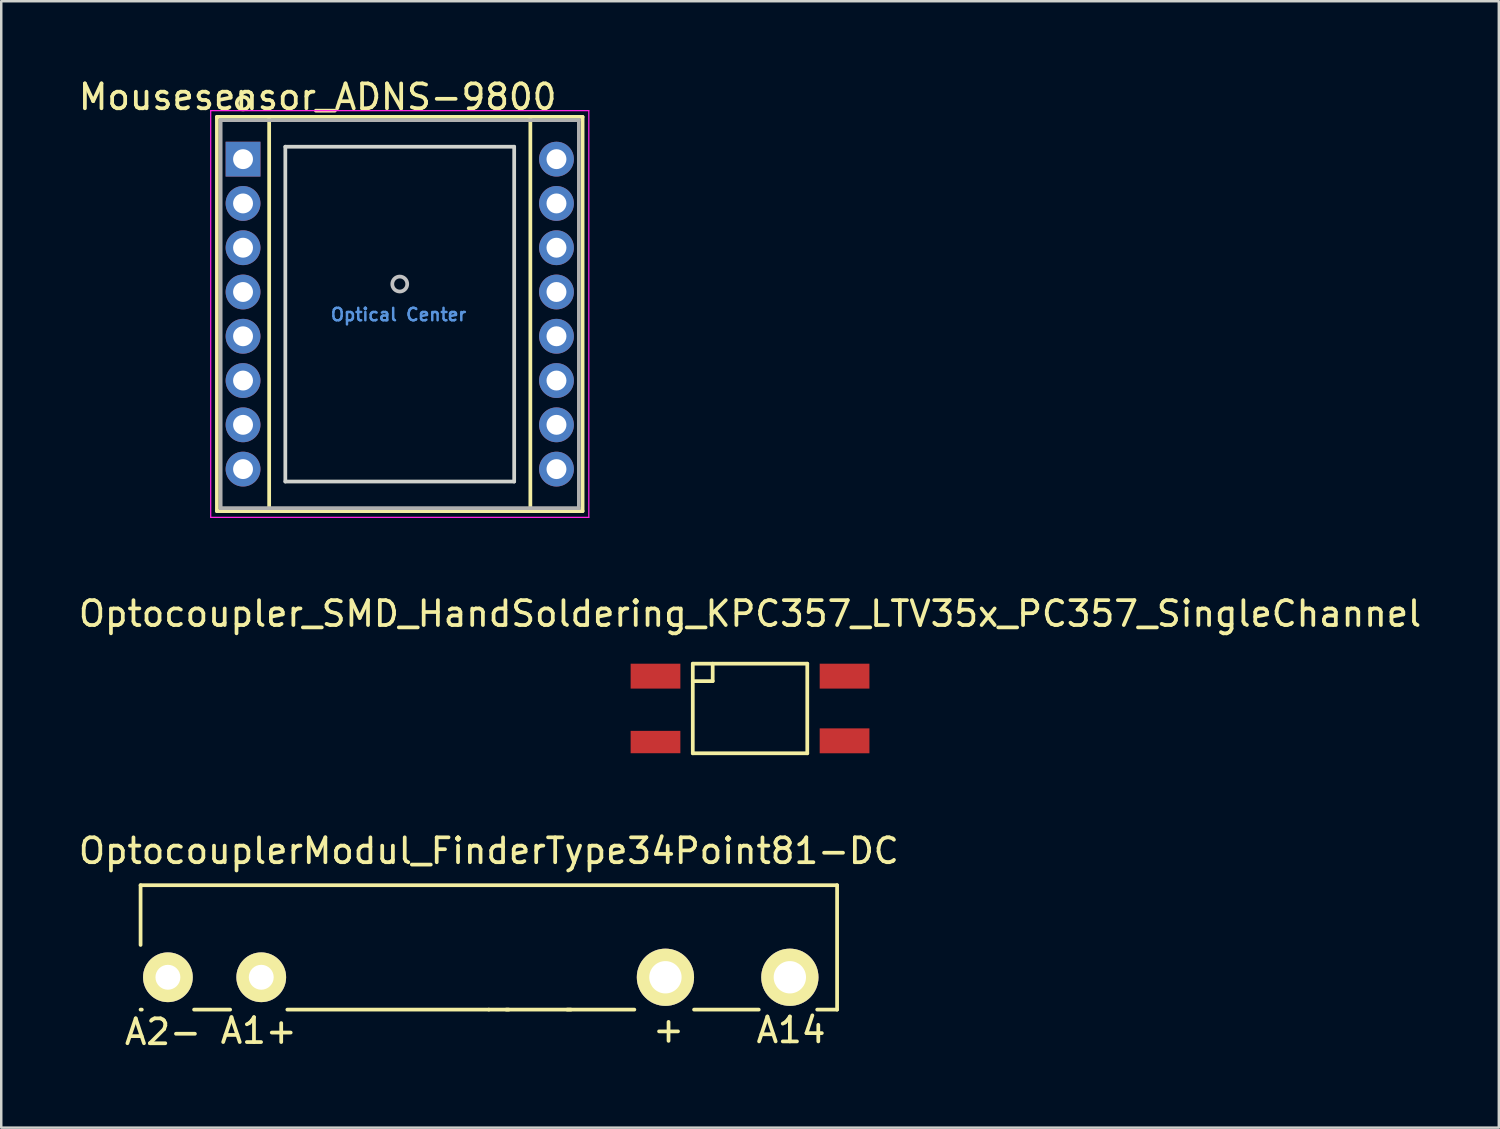
<source format=kicad_pcb>
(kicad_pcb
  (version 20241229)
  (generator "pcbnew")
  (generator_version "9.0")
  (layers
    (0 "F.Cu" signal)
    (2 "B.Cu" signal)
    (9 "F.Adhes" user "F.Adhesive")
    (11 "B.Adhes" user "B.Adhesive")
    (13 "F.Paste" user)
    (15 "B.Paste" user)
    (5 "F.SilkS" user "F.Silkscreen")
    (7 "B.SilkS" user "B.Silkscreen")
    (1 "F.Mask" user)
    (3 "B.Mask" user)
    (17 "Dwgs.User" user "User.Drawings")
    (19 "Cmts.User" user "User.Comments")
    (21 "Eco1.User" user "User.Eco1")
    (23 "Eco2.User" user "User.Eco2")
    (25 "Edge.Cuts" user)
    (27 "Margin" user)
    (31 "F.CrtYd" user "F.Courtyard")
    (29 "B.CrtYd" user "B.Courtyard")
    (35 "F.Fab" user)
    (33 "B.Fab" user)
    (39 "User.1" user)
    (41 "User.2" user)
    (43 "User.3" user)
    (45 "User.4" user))
  (footprint "Mousesensor_ADNS-9800"
    (layer "F.Cu")
    (at 6.72 3.348)
    (property "Reference" "Mousesensor_ADNS-9800" (at 3 -2.5 180) (layer "F.SilkS") (effects (font (size 1 1) (thickness 0.15))))
    (attr through_hole)
    (fp_line (start -1.05 -1.7) (end 13.65 -1.7) (stroke (width 0.15) (type solid)) (layer "F.SilkS"))
    (fp_line (start -1.05 14.15) (end -1.05 -1.7) (stroke (width 0.15) (type solid)) (layer "F.SilkS"))
    (fp_line (start 1.05 -1.7) (end 1.05 14.15) (stroke (width 0.15) (type solid)) (layer "F.SilkS"))
    (fp_line (start 11.55 -1.7) (end 11.55 14.15) (stroke (width 0.15) (type solid)) (layer "F.SilkS"))
    (fp_line (start 13.65 -1.7) (end 13.65 14.15) (stroke (width 0.15) (type solid)) (layer "F.SilkS"))
    (fp_line (start 13.65 14.15) (end -1.05 14.15) (stroke (width 0.15) (type solid)) (layer "F.SilkS"))
    (fp_circle (center 0 -2.25) (end 0 -2) (stroke (width 0.15) (type solid)) (fill no) (layer "F.SilkS"))
    (fp_circle (center 6.3 5.02) (end 6 5) (stroke (width 0.15) (type solid)) (fill no) (layer "Dwgs.User"))
    (fp_line (start 1.7 -0.5) (end 10.9 -0.5) (stroke (width 0.15) (type solid)) (layer "Edge.Cuts"))
    (fp_line (start 1.7 12.96) (end 1.7 -0.5) (stroke (width 0.15) (type solid)) (layer "Edge.Cuts"))
    (fp_line (start 10.9 -0.5) (end 10.9 12.96) (stroke (width 0.15) (type solid)) (layer "Edge.Cuts"))
    (fp_line (start 10.9 12.96) (end 1.7 12.96) (stroke (width 0.15) (type solid)) (layer "Edge.Cuts"))
    (fp_line (start -1.3 -1.95) (end 13.9 -1.95) (stroke (width 0.05) (type solid)) (layer "F.CrtYd"))
    (fp_line (start -1.3 14.4) (end -1.3 -1.95) (stroke (width 0.05) (type solid)) (layer "F.CrtYd"))
    (fp_line (start 13.9 -1.95) (end 13.9 14.4) (stroke (width 0.05) (type solid)) (layer "F.CrtYd"))
    (fp_line (start 13.9 14.4) (end -1.3 14.4) (stroke (width 0.05) (type solid)) (layer "F.CrtYd"))
    (fp_line (start -0.9 -1.57) (end 13.5 -1.57) (stroke (width 0.15) (type solid)) (layer "F.Fab"))
    (fp_line (start -0.9 14.03) (end -0.9 -1.57) (stroke (width 0.15) (type solid)) (layer "F.Fab"))
    (fp_line (start 13.5 -1.57) (end 13.5 14.03) (stroke (width 0.15) (type solid)) (layer "F.Fab"))
    (fp_line (start 13.5 14.03) (end -0.9 14.03) (stroke (width 0.15) (type solid)) (layer "F.Fab"))
    (fp_text user "Optical Center" (at 6.25 6.25 180) (layer "Cmts.User") (effects (font (size 0.5 0.5) (thickness 0.1))))
    (pad "1" thru_hole rect (at 0 0) (size 1.4 1.4) (drill 0.8) (layers "*.Cu" "*.Mask"))
    (pad "2" thru_hole circle (at 0 1.78) (size 1.4 1.4) (drill 0.8) (layers "*.Cu" "*.Mask"))
    (pad "3" thru_hole circle (at 0 3.56) (size 1.4 1.4) (drill 0.8) (layers "*.Cu" "*.Mask"))
    (pad "4" thru_hole circle (at 0 5.34) (size 1.4 1.4) (drill 0.8) (layers "*.Cu" "*.Mask"))
    (pad "5" thru_hole circle (at 0 7.12) (size 1.4 1.4) (drill 0.8) (layers "*.Cu" "*.Mask"))
    (pad "6" thru_hole circle (at 0 8.9) (size 1.4 1.4) (drill 0.8) (layers "*.Cu" "*.Mask"))
    (pad "7" thru_hole circle (at 0 10.68) (size 1.4 1.4) (drill 0.8) (layers "*.Cu" "*.Mask"))
    (pad "8" thru_hole circle (at 0 12.46) (size 1.4 1.4) (drill 0.8) (layers "*.Cu" "*.Mask"))
    (pad "9" thru_hole circle (at 12.6 12.46) (size 1.4 1.4) (drill 0.8) (layers "*.Cu" "*.Mask"))
    (pad "10" thru_hole circle (at 12.6 10.68) (size 1.4 1.4) (drill 0.8) (layers "*.Cu" "*.Mask"))
    (pad "11" thru_hole circle (at 12.6 8.9) (size 1.4 1.4) (drill 0.8) (layers "*.Cu" "*.Mask"))
    (pad "12" thru_hole circle (at 12.6 7.12) (size 1.4 1.4) (drill 0.8) (layers "*.Cu" "*.Mask"))
    (pad "13" thru_hole circle (at 12.6 5.34) (size 1.4 1.4) (drill 0.8) (layers "*.Cu" "*.Mask"))
    (pad "14" thru_hole circle (at 12.6 3.56) (size 1.4 1.4) (drill 0.8) (layers "*.Cu" "*.Mask"))
    (pad "15" thru_hole circle (at 12.6 1.78) (size 1.4 1.4) (drill 0.8) (layers "*.Cu" "*.Mask"))
    (pad "16" thru_hole circle (at 12.6 0) (size 1.4 1.4) (drill 0.8) (layers "*.Cu" "*.Mask")))
  (footprint "Optocoupler_SMD_HandSoldering_KPC357_LTV35x_PC357_SingleChannel"
    (layer "F.Cu")
    (at 27.101 25.431)
    (property "Reference" "Optocoupler_SMD_HandSoldering_KPC357_LTV35x_PC357_SingleChannel" (at 0 -3.81 0) (layer "F.SilkS") (effects (font (size 1 1) (thickness 0.15))))
    (attr through_hole)
    (fp_line (start -2.301 -1.801) (end -2.301 1.801) (stroke (width 0.15) (type solid)) (layer "F.SilkS"))
    (fp_line (start -2.301 1.801) (end 2.301 1.801) (stroke (width 0.15) (type solid)) (layer "F.SilkS"))
    (fp_line (start -1.501 -1.801) (end -1.501 -1.1) (stroke (width 0.15) (type solid)) (layer "F.SilkS"))
    (fp_line (start -1.501 -1.1) (end -2.301 -1.1) (stroke (width 0.15) (type solid)) (layer "F.SilkS"))
    (fp_line (start 2.301 -1.801) (end -2.301 -1.801) (stroke (width 0.15) (type solid)) (layer "F.SilkS"))
    (fp_line (start 2.301 1.801) (end 2.301 -1.801) (stroke (width 0.15) (type solid)) (layer "F.SilkS"))
    (pad "1" smd rect (at -3.8 -1.3) (size 1.999 1.001) (layers "F.Cu" "F.Mask" "F.Paste"))
    (pad "2" smd rect (at -3.8 1.349) (size 1.999 0.899) (layers "F.Cu" "F.Mask" "F.Paste"))
    (pad "3" smd rect (at 3.8 1.3) (size 1.999 1.001) (layers "F.Cu" "F.Mask" "F.Paste"))
    (pad "4" smd rect (at 3.8 -1.3) (size 1.999 1.001) (layers "F.Cu" "F.Mask" "F.Paste")))
  (footprint "OptocouplerModul_FinderType34Point81-DC"
    (layer "F.Cu")
    (at 16.601 36.236)
    (property "Reference" "OptocouplerModul_FinderType34Point81-DC" (at 0 -5.08 0) (layer "F.SilkS") (effects (font (size 1 1) (thickness 0.15))))
    (attr through_hole)
    (fp_line (start -14 -3.701) (end -14 -1.3) (stroke (width 0.15) (type solid)) (layer "F.SilkS"))
    (fp_line (start -14 1.3) (end -13.95 1.3) (stroke (width 0.15) (type solid)) (layer "F.SilkS"))
    (fp_line (start -11.849 1.3) (end -10.399 1.3) (stroke (width 0.15) (type solid)) (layer "F.SilkS"))
    (fp_line (start -8.1 1.3) (end 0 1.3) (stroke (width 0.15) (type solid)) (layer "F.SilkS"))
    (fp_line (start 0 1.3) (end 0.8 1.3) (stroke (width 0.15) (type solid)) (layer "F.SilkS"))
    (fp_line (start 3.15 1.3) (end 5.85 1.3) (stroke (width 0.15) (type solid)) (layer "F.SilkS"))
    (fp_line (start 3.299 1.3) (end 0.701 1.3) (stroke (width 0.15) (type solid)) (layer "F.SilkS"))
    (fp_line (start 8.25 1.3) (end 10.851 1.3) (stroke (width 0.15) (type solid)) (layer "F.SilkS"))
    (fp_line (start 13.2 1.3) (end 14 1.3) (stroke (width 0.15) (type solid)) (layer "F.SilkS"))
    (fp_line (start 14 -3.701) (end -14 -3.701) (stroke (width 0.15) (type solid)) (layer "F.SilkS"))
    (fp_line (start 14 1.3) (end 14 -3.701) (stroke (width 0.15) (type solid)) (layer "F.SilkS"))
    (fp_text user "A2-" (at -13.101 2.197 0) (layer "F.SilkS") (effects (font (size 1 1) (thickness 0.15))))
    (fp_text user "+" (at 7.224 2.101 0) (layer "F.SilkS") (effects (font (size 1 1) (thickness 0.15))))
    (fp_text user "A14" (at 12.149 2.123 0) (layer "F.SilkS") (effects (font (size 1 1) (thickness 0.15))))
    (fp_text user "A1+" (at -9.251 2.149 0) (layer "F.SilkS") (effects (font (size 1 1) (thickness 0.15))))
    (pad "11" thru_hole circle (at 7.099 0) (size 2.301 2.301) (drill 1.3) (layers "*.Cu" "*.Mask" "F.SilkS"))
    (pad "14" thru_hole circle (at 12.101 0) (size 2.301 2.301) (drill 1.3) (layers "*.Cu" "*.Mask" "F.SilkS"))
    (pad "A1" thru_hole circle (at -9.149 0) (size 1.999 1.999) (drill 1.001) (layers "*.Cu" "*.Mask" "F.SilkS"))
    (pad "A2" thru_hole circle (at -12.901 0) (size 1.999 1.999) (drill 1.001) (layers "*.Cu" "*.Mask" "F.SilkS")))
  (gr_rect
    (start -3 -3)
    (end 57.202 42.281)
    (stroke (width 0.1) (type default))
    (fill no)
    (layer "Edge.Cuts")))
</source>
